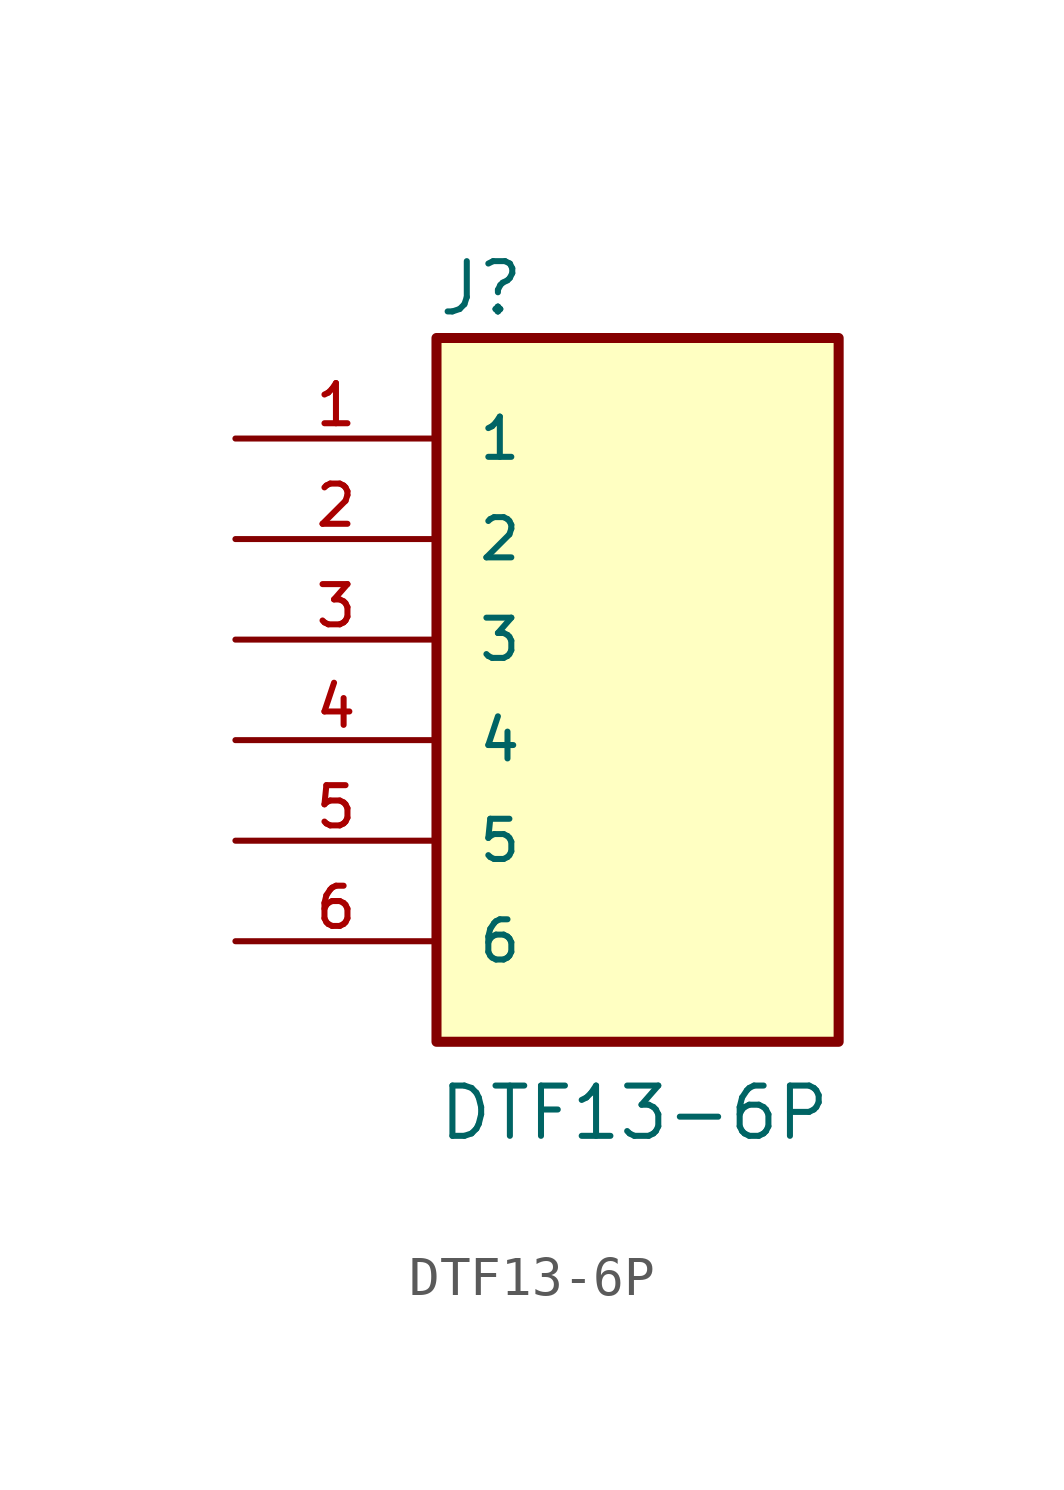
<source format=kicad_sym>
(kicad_symbol_lib
  (version 20241209)
  (generator "kicad_symbol_editor")
  (generator_version "9.0")
  (symbol "DTF13-6P"
    (pin_names
      (offset 1.016))
    (property "Reference" "J"
      (at -5.08 8.128 0)
      (effects (font (size 1.27 1.27)) (justify left bottom)))
    (property "Value" "DTF13-6P"
      (at -5.08 -12.7 0)
      (effects (font (size 1.27 1.27)) (justify left bottom)))
    (symbol "DTF13-6P_0_0"
      (rectangle (start -5.08 -10.16) (end 5.08 7.62) (stroke (width 0.254) (type default)) (fill (type background)))
      (pin passive line (at -10.16 5.08 0) (length 5.08) (name "1" (effects (font (size 1.016 1.016)))) (number "1" (effects (font (size 1.016 1.016)))))
      (pin passive line (at -10.16 2.54 0) (length 5.08) (name "2" (effects (font (size 1.016 1.016)))) (number "2" (effects (font (size 1.016 1.016)))))
      (pin passive line (at -10.16 0 0) (length 5.08) (name "3" (effects (font (size 1.016 1.016)))) (number "3" (effects (font (size 1.016 1.016)))))
      (pin passive line (at -10.16 -2.54 0) (length 5.08) (name "4" (effects (font (size 1.016 1.016)))) (number "4" (effects (font (size 1.016 1.016)))))
      (pin passive line (at -10.16 -5.08 0) (length 5.08) (name "5" (effects (font (size 1.016 1.016)))) (number "5" (effects (font (size 1.016 1.016)))))
      (pin passive line (at -10.16 -7.62 0) (length 5.08) (name "6" (effects (font (size 1.016 1.016)))) (number "6" (effects (font (size 1.016 1.016))))))))
</source>
